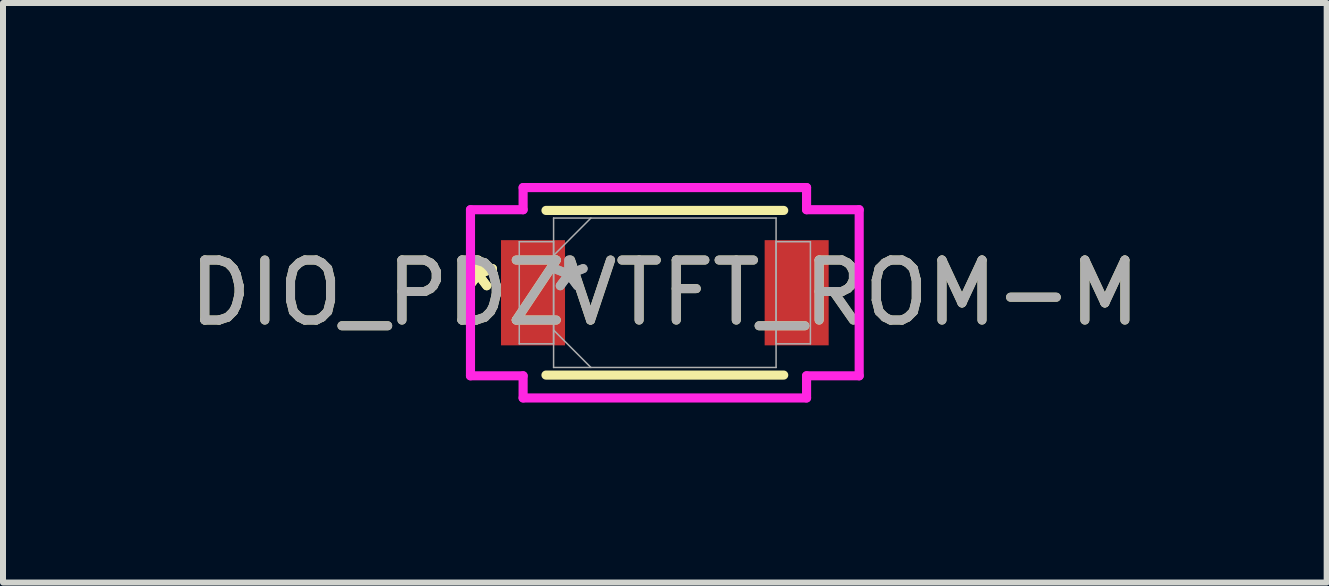
<source format=kicad_pcb>
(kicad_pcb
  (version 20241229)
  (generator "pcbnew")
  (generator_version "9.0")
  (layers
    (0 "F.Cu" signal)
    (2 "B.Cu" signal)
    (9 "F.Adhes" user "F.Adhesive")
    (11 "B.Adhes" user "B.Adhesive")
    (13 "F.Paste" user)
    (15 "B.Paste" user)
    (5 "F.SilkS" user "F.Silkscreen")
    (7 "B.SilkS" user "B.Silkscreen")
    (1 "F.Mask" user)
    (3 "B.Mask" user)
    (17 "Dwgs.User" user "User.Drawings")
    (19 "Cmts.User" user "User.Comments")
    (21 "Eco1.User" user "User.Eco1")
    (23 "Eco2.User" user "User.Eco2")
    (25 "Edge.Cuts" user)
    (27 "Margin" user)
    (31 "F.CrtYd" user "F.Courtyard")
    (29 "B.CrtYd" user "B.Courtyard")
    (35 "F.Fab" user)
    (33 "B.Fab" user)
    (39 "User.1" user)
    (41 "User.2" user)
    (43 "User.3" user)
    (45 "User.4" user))
  (footprint "DIO_PDZVTFT_ROM-M"
    (layer "F.Cu")
    (at 8.03 1.829)
    (property "Reference" "DIO_PDZVTFT_ROM-M" (at 0 0 0) (unlocked yes) (layer "F.SilkS") (effects (font (size 1 1) (thickness 0.15))))
    (attr smd)
    (fp_line (start -1.981 1.372) (end 1.981 1.372) (stroke (width 0.152) (type solid)) (layer "F.SilkS"))
    (fp_line (start 1.981 -1.372) (end -1.981 -1.372) (stroke (width 0.152) (type solid)) (layer "F.SilkS"))
    (fp_line (start -3.239 -1.384) (end -2.362 -1.384) (stroke (width 0.152) (type solid)) (layer "F.CrtYd"))
    (fp_line (start -3.239 1.384) (end -3.239 -1.384) (stroke (width 0.152) (type solid)) (layer "F.CrtYd"))
    (fp_line (start -2.362 -1.753) (end 2.362 -1.753) (stroke (width 0.152) (type solid)) (layer "F.CrtYd"))
    (fp_line (start -2.362 -1.384) (end -2.362 -1.753) (stroke (width 0.152) (type solid)) (layer "F.CrtYd"))
    (fp_line (start -2.362 1.384) (end -3.239 1.384) (stroke (width 0.152) (type solid)) (layer "F.CrtYd"))
    (fp_line (start -2.362 1.753) (end -2.362 1.384) (stroke (width 0.152) (type solid)) (layer "F.CrtYd"))
    (fp_line (start 2.362 -1.753) (end 2.362 -1.384) (stroke (width 0.152) (type solid)) (layer "F.CrtYd"))
    (fp_line (start 2.362 -1.384) (end 3.239 -1.384) (stroke (width 0.152) (type solid)) (layer "F.CrtYd"))
    (fp_line (start 2.362 1.384) (end 2.362 1.753) (stroke (width 0.152) (type solid)) (layer "F.CrtYd"))
    (fp_line (start 2.362 1.753) (end -2.362 1.753) (stroke (width 0.152) (type solid)) (layer "F.CrtYd"))
    (fp_line (start 3.239 -1.384) (end 3.239 1.384) (stroke (width 0.152) (type solid)) (layer "F.CrtYd"))
    (fp_line (start 3.239 1.384) (end 2.362 1.384) (stroke (width 0.152) (type solid)) (layer "F.CrtYd"))
    (fp_line (start -2.426 -0.851) (end -2.426 0.851) (stroke (width 0.025) (type solid)) (layer "F.Fab"))
    (fp_line (start -2.426 0.851) (end -1.854 0.851) (stroke (width 0.025) (type solid)) (layer "F.Fab"))
    (fp_line (start -1.854 -1.245) (end -1.854 1.245) (stroke (width 0.025) (type solid)) (layer "F.Fab"))
    (fp_line (start -1.854 -0.851) (end -2.426 -0.851) (stroke (width 0.025) (type solid)) (layer "F.Fab"))
    (fp_line (start -1.854 -0.622) (end -1.232 -1.245) (stroke (width 0.025) (type solid)) (layer "F.Fab"))
    (fp_line (start -1.854 0.622) (end -1.232 1.245) (stroke (width 0.025) (type solid)) (layer "F.Fab"))
    (fp_line (start -1.854 0.851) (end -1.854 -0.851) (stroke (width 0.025) (type solid)) (layer "F.Fab"))
    (fp_line (start -1.854 1.245) (end 1.854 1.245) (stroke (width 0.025) (type solid)) (layer "F.Fab"))
    (fp_line (start 1.854 -1.245) (end -1.854 -1.245) (stroke (width 0.025) (type solid)) (layer "F.Fab"))
    (fp_line (start 1.854 -0.851) (end 1.854 0.851) (stroke (width 0.025) (type solid)) (layer "F.Fab"))
    (fp_line (start 1.854 0.851) (end 2.426 0.851) (stroke (width 0.025) (type solid)) (layer "F.Fab"))
    (fp_line (start 1.854 1.245) (end 1.854 -1.245) (stroke (width 0.025) (type solid)) (layer "F.Fab"))
    (fp_line (start 2.426 -0.851) (end 1.854 -0.851) (stroke (width 0.025) (type solid)) (layer "F.Fab"))
    (fp_line (start 2.426 0.851) (end 2.426 -0.851) (stroke (width 0.025) (type solid)) (layer "F.Fab"))
    (fp_text user "*" (at -3.111 0 0) (unlocked yes) (layer "F.SilkS") (effects (font (size 1 1) (thickness 0.15))))
    (fp_text user "*" (at -3.111 0 0) (layer "F.SilkS") (effects (font (size 1 1) (thickness 0.15))))
    (fp_text user "*" (at -1.6 0 0) (unlocked yes) (layer "F.Fab") (effects (font (size 1 1) (thickness 0.15))))
    (fp_text user "*" (at -1.6 0 0) (layer "F.Fab") (effects (font (size 1 1) (thickness 0.15))))
    (fp_text user "${REFERENCE}" (at 0 0 0) (unlocked yes) (layer "F.Fab") (effects (font (size 1 1) (thickness 0.15))))
    (pad "1" smd rect (at -2.197 0) (size 1.067 1.753) (layers "F.Cu" "F.Mask" "F.Paste"))
    (pad "2" smd rect (at 2.197 0) (size 1.067 1.753) (layers "F.Cu" "F.Mask" "F.Paste"))
    (zone (net_name "") (layer "F.Cu") (hatch full 0.508) (connect_pads) (min_thickness 0.254) (filled_areas_thickness no) (keepout (tracks not_allowed) (vias not_allowed) (pads allowed) (copperpour not_allowed) (footprints allowed)) (placement (enabled no)) (fill) (polygon (pts (xy 6.417 0.635) (xy 9.643 0.635) (xy 9.643 3.023) (xy 6.417 3.023)))))
  (gr_rect
    (start -3 -3)
    (end 19.06 6.658)
    (stroke (width 0.1) (type default))
    (fill no)
    (layer "Edge.Cuts")))
</source>
